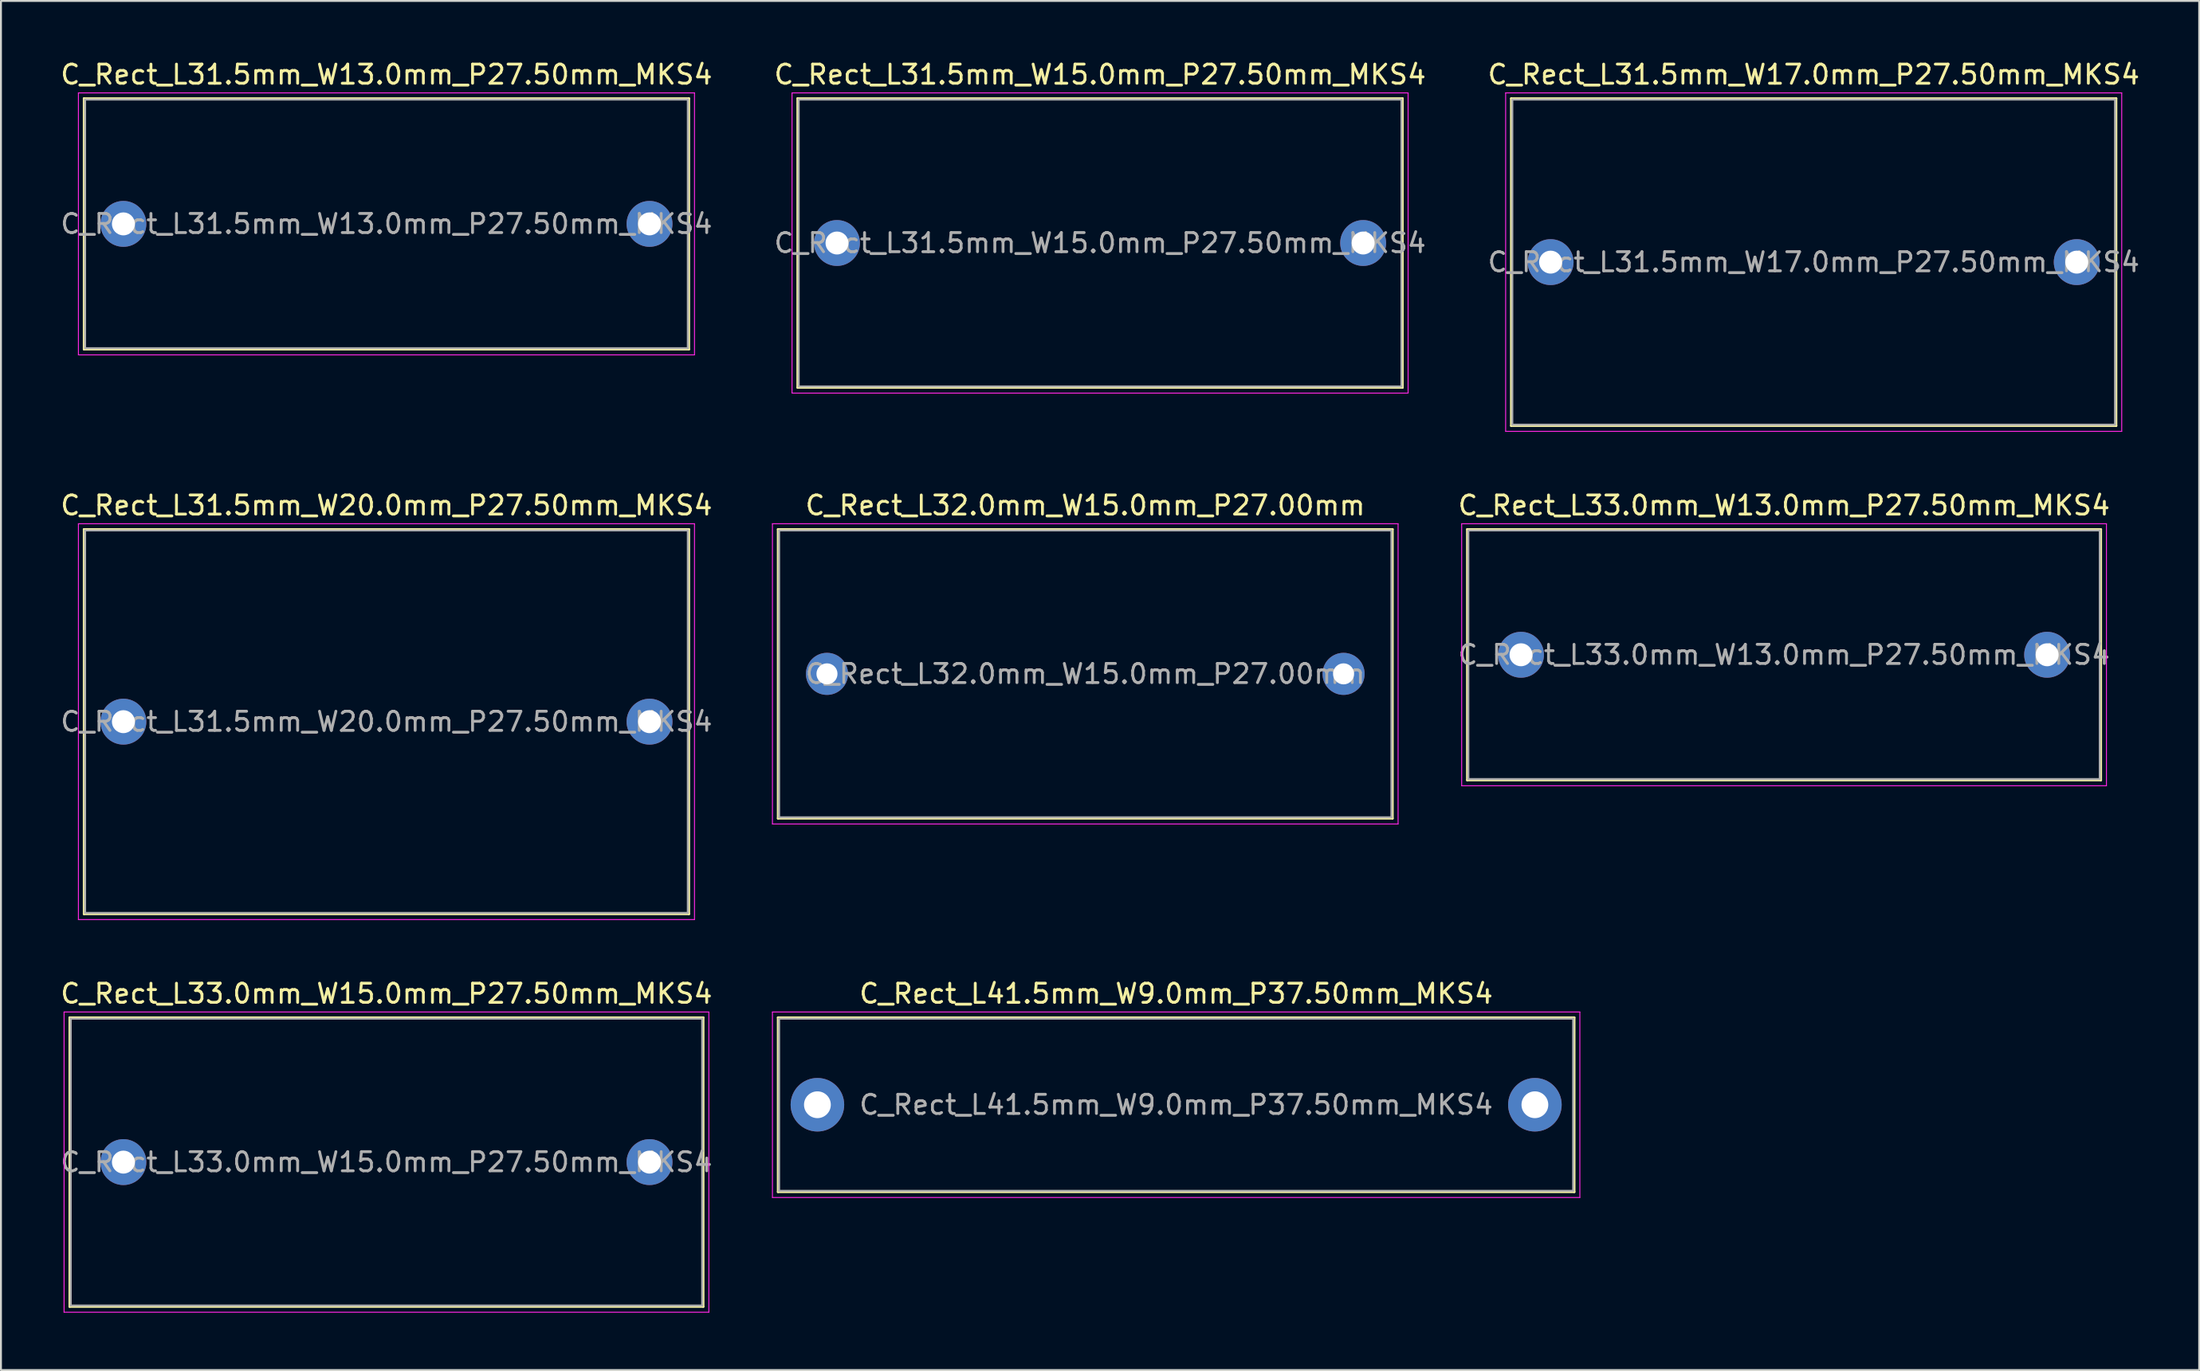
<source format=kicad_pcb>
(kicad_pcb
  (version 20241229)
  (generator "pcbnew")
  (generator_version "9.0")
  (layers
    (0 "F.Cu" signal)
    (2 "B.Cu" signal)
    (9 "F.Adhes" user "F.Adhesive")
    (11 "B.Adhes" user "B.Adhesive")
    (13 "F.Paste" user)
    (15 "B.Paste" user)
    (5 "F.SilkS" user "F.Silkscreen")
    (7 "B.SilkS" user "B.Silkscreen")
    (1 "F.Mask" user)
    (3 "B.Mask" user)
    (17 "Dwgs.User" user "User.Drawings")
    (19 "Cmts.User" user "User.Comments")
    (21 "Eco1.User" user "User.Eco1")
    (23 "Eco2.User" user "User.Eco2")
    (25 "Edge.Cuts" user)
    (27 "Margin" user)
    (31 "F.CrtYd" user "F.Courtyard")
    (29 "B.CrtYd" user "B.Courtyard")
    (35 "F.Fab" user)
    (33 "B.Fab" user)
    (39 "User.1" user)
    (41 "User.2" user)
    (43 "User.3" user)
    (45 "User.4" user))
  (footprint "C_Rect_L31.5mm_W17.0mm_P27.50mm_MKS4"
    (layer "F.Cu")
    (at 77.994 10.658)
    (property "Reference" "C_Rect_L31.5mm_W17.0mm_P27.50mm_MKS4" (at 13.75 -9.81 0) (layer "F.SilkS") (effects (font (size 1 1) (thickness 0.15))))
    (attr through_hole)
    (fp_line (start -2.06 -8.56) (end -2.06 8.56) (stroke (width 0.12) (type solid)) (layer "F.SilkS"))
    (fp_line (start -2.06 -8.56) (end 29.56 -8.56) (stroke (width 0.12) (type solid)) (layer "F.SilkS"))
    (fp_line (start -2.06 8.56) (end 29.56 8.56) (stroke (width 0.12) (type solid)) (layer "F.SilkS"))
    (fp_line (start 29.56 -8.56) (end 29.56 8.56) (stroke (width 0.12) (type solid)) (layer "F.SilkS"))
    (fp_line (start -2.35 -8.85) (end -2.35 8.85) (stroke (width 0.05) (type solid)) (layer "F.CrtYd"))
    (fp_line (start -2.35 8.85) (end 29.85 8.85) (stroke (width 0.05) (type solid)) (layer "F.CrtYd"))
    (fp_line (start 29.85 -8.85) (end -2.35 -8.85) (stroke (width 0.05) (type solid)) (layer "F.CrtYd"))
    (fp_line (start 29.85 8.85) (end 29.85 -8.85) (stroke (width 0.05) (type solid)) (layer "F.CrtYd"))
    (fp_line (start -2 -8.5) (end -2 8.5) (stroke (width 0.1) (type solid)) (layer "F.Fab"))
    (fp_line (start -2 8.5) (end 29.5 8.5) (stroke (width 0.1) (type solid)) (layer "F.Fab"))
    (fp_line (start 29.5 -8.5) (end -2 -8.5) (stroke (width 0.1) (type solid)) (layer "F.Fab"))
    (fp_line (start 29.5 8.5) (end 29.5 -8.5) (stroke (width 0.1) (type solid)) (layer "F.Fab"))
    (fp_text user "${REFERENCE}" (at 13.75 0 0) (layer "F.Fab") (effects (font (size 1 1) (thickness 0.15))))
    (pad "1" thru_hole circle (at 0 0) (size 2.4 2.4) (drill 1.2) (layers "*.Cu" "*.Mask"))
    (pad "2" thru_hole circle (at 27.5 0) (size 2.4 2.4) (drill 1.2) (layers "*.Cu" "*.Mask")))
  (footprint "C_Rect_L32.0mm_W15.0mm_P27.00mm"
    (layer "F.Cu")
    (at 40.173 32.191)
    (property "Reference" "C_Rect_L32.0mm_W15.0mm_P27.00mm" (at 13.5 -8.81 0) (layer "F.SilkS") (effects (font (size 1 1) (thickness 0.15))))
    (attr through_hole)
    (fp_line (start -2.56 -7.56) (end -2.56 7.56) (stroke (width 0.12) (type solid)) (layer "F.SilkS"))
    (fp_line (start -2.56 -7.56) (end 29.56 -7.56) (stroke (width 0.12) (type solid)) (layer "F.SilkS"))
    (fp_line (start -2.56 7.56) (end 29.56 7.56) (stroke (width 0.12) (type solid)) (layer "F.SilkS"))
    (fp_line (start 29.56 -7.56) (end 29.56 7.56) (stroke (width 0.12) (type solid)) (layer "F.SilkS"))
    (fp_line (start -2.85 -7.85) (end -2.85 7.85) (stroke (width 0.05) (type solid)) (layer "F.CrtYd"))
    (fp_line (start -2.85 7.85) (end 29.85 7.85) (stroke (width 0.05) (type solid)) (layer "F.CrtYd"))
    (fp_line (start 29.85 -7.85) (end -2.85 -7.85) (stroke (width 0.05) (type solid)) (layer "F.CrtYd"))
    (fp_line (start 29.85 7.85) (end 29.85 -7.85) (stroke (width 0.05) (type solid)) (layer "F.CrtYd"))
    (fp_line (start -2.5 -7.5) (end -2.5 7.5) (stroke (width 0.1) (type solid)) (layer "F.Fab"))
    (fp_line (start -2.5 7.5) (end 29.5 7.5) (stroke (width 0.1) (type solid)) (layer "F.Fab"))
    (fp_line (start 29.5 -7.5) (end -2.5 -7.5) (stroke (width 0.1) (type solid)) (layer "F.Fab"))
    (fp_line (start 29.5 7.5) (end 29.5 -7.5) (stroke (width 0.1) (type solid)) (layer "F.Fab"))
    (fp_text user "${REFERENCE}" (at 13.5 0 0) (layer "F.Fab") (effects (font (size 1 1) (thickness 0.15))))
    (pad "1" thru_hole circle (at 0 0) (size 2.2 2.2) (drill 1.1) (layers "*.Cu" "*.Mask"))
    (pad "2" thru_hole circle (at 27 0) (size 2.2 2.2) (drill 1.1) (layers "*.Cu" "*.Mask")))
  (footprint "C_Rect_L31.5mm_W13.0mm_P27.50mm_MKS4"
    (layer "F.Cu")
    (at 3.399 8.658)
    (property "Reference" "C_Rect_L31.5mm_W13.0mm_P27.50mm_MKS4" (at 13.75 -7.81 0) (layer "F.SilkS") (effects (font (size 1 1) (thickness 0.15))))
    (attr through_hole)
    (fp_line (start -2.06 -6.56) (end -2.06 6.56) (stroke (width 0.12) (type solid)) (layer "F.SilkS"))
    (fp_line (start -2.06 -6.56) (end 29.56 -6.56) (stroke (width 0.12) (type solid)) (layer "F.SilkS"))
    (fp_line (start -2.06 6.56) (end 29.56 6.56) (stroke (width 0.12) (type solid)) (layer "F.SilkS"))
    (fp_line (start 29.56 -6.56) (end 29.56 6.56) (stroke (width 0.12) (type solid)) (layer "F.SilkS"))
    (fp_line (start -2.35 -6.85) (end -2.35 6.85) (stroke (width 0.05) (type solid)) (layer "F.CrtYd"))
    (fp_line (start -2.35 6.85) (end 29.85 6.85) (stroke (width 0.05) (type solid)) (layer "F.CrtYd"))
    (fp_line (start 29.85 -6.85) (end -2.35 -6.85) (stroke (width 0.05) (type solid)) (layer "F.CrtYd"))
    (fp_line (start 29.85 6.85) (end 29.85 -6.85) (stroke (width 0.05) (type solid)) (layer "F.CrtYd"))
    (fp_line (start -2 -6.5) (end -2 6.5) (stroke (width 0.1) (type solid)) (layer "F.Fab"))
    (fp_line (start -2 6.5) (end 29.5 6.5) (stroke (width 0.1) (type solid)) (layer "F.Fab"))
    (fp_line (start 29.5 -6.5) (end -2 -6.5) (stroke (width 0.1) (type solid)) (layer "F.Fab"))
    (fp_line (start 29.5 6.5) (end 29.5 -6.5) (stroke (width 0.1) (type solid)) (layer "F.Fab"))
    (fp_text user "${REFERENCE}" (at 13.75 0 0) (layer "F.Fab") (effects (font (size 1 1) (thickness 0.15))))
    (pad "1" thru_hole circle (at 0 0) (size 2.4 2.4) (drill 1.2) (layers "*.Cu" "*.Mask"))
    (pad "2" thru_hole circle (at 27.5 0) (size 2.4 2.4) (drill 1.2) (layers "*.Cu" "*.Mask")))
  (footprint "C_Rect_L33.0mm_W13.0mm_P27.50mm_MKS4"
    (layer "F.Cu")
    (at 76.446 31.192)
    (property "Reference" "C_Rect_L33.0mm_W13.0mm_P27.50mm_MKS4" (at 13.75 -7.81 0) (layer "F.SilkS") (effects (font (size 1 1) (thickness 0.15))))
    (attr through_hole)
    (fp_line (start -2.81 -6.56) (end -2.81 6.56) (stroke (width 0.12) (type solid)) (layer "F.SilkS"))
    (fp_line (start -2.81 -6.56) (end 30.31 -6.56) (stroke (width 0.12) (type solid)) (layer "F.SilkS"))
    (fp_line (start -2.81 6.56) (end 30.31 6.56) (stroke (width 0.12) (type solid)) (layer "F.SilkS"))
    (fp_line (start 30.31 -6.56) (end 30.31 6.56) (stroke (width 0.12) (type solid)) (layer "F.SilkS"))
    (fp_line (start -3.1 -6.85) (end -3.1 6.85) (stroke (width 0.05) (type solid)) (layer "F.CrtYd"))
    (fp_line (start -3.1 6.85) (end 30.6 6.85) (stroke (width 0.05) (type solid)) (layer "F.CrtYd"))
    (fp_line (start 30.6 -6.85) (end -3.1 -6.85) (stroke (width 0.05) (type solid)) (layer "F.CrtYd"))
    (fp_line (start 30.6 6.85) (end 30.6 -6.85) (stroke (width 0.05) (type solid)) (layer "F.CrtYd"))
    (fp_line (start -2.75 -6.5) (end -2.75 6.5) (stroke (width 0.1) (type solid)) (layer "F.Fab"))
    (fp_line (start -2.75 6.5) (end 30.25 6.5) (stroke (width 0.1) (type solid)) (layer "F.Fab"))
    (fp_line (start 30.25 -6.5) (end -2.75 -6.5) (stroke (width 0.1) (type solid)) (layer "F.Fab"))
    (fp_line (start 30.25 6.5) (end 30.25 -6.5) (stroke (width 0.1) (type solid)) (layer "F.Fab"))
    (fp_text user "${REFERENCE}" (at 13.75 0 0) (layer "F.Fab") (effects (font (size 1 1) (thickness 0.15))))
    (pad "1" thru_hole circle (at 0 0) (size 2.4 2.4) (drill 1.2) (layers "*.Cu" "*.Mask"))
    (pad "2" thru_hole circle (at 27.5 0) (size 2.4 2.4) (drill 1.2) (layers "*.Cu" "*.Mask")))
  (footprint "C_Rect_L33.0mm_W15.0mm_P27.50mm_MKS4"
    (layer "F.Cu")
    (at 3.399 57.725)
    (property "Reference" "C_Rect_L33.0mm_W15.0mm_P27.50mm_MKS4" (at 13.75 -8.81 0) (layer "F.SilkS") (effects (font (size 1 1) (thickness 0.15))))
    (attr through_hole)
    (fp_line (start -2.81 -7.56) (end -2.81 7.56) (stroke (width 0.12) (type solid)) (layer "F.SilkS"))
    (fp_line (start -2.81 -7.56) (end 30.31 -7.56) (stroke (width 0.12) (type solid)) (layer "F.SilkS"))
    (fp_line (start -2.81 7.56) (end 30.31 7.56) (stroke (width 0.12) (type solid)) (layer "F.SilkS"))
    (fp_line (start 30.31 -7.56) (end 30.31 7.56) (stroke (width 0.12) (type solid)) (layer "F.SilkS"))
    (fp_line (start -3.1 -7.85) (end -3.1 7.85) (stroke (width 0.05) (type solid)) (layer "F.CrtYd"))
    (fp_line (start -3.1 7.85) (end 30.6 7.85) (stroke (width 0.05) (type solid)) (layer "F.CrtYd"))
    (fp_line (start 30.6 -7.85) (end -3.1 -7.85) (stroke (width 0.05) (type solid)) (layer "F.CrtYd"))
    (fp_line (start 30.6 7.85) (end 30.6 -7.85) (stroke (width 0.05) (type solid)) (layer "F.CrtYd"))
    (fp_line (start -2.75 -7.5) (end -2.75 7.5) (stroke (width 0.1) (type solid)) (layer "F.Fab"))
    (fp_line (start -2.75 7.5) (end 30.25 7.5) (stroke (width 0.1) (type solid)) (layer "F.Fab"))
    (fp_line (start 30.25 -7.5) (end -2.75 -7.5) (stroke (width 0.1) (type solid)) (layer "F.Fab"))
    (fp_line (start 30.25 7.5) (end 30.25 -7.5) (stroke (width 0.1) (type solid)) (layer "F.Fab"))
    (fp_text user "${REFERENCE}" (at 13.75 0 0) (layer "F.Fab") (effects (font (size 1 1) (thickness 0.15))))
    (pad "1" thru_hole circle (at 0 0) (size 2.4 2.4) (drill 1.2) (layers "*.Cu" "*.Mask"))
    (pad "2" thru_hole circle (at 27.5 0) (size 2.4 2.4) (drill 1.2) (layers "*.Cu" "*.Mask")))
  (footprint "C_Rect_L31.5mm_W15.0mm_P27.50mm_MKS4"
    (layer "F.Cu")
    (at 40.696 9.658)
    (property "Reference" "C_Rect_L31.5mm_W15.0mm_P27.50mm_MKS4" (at 13.75 -8.81 0) (layer "F.SilkS") (effects (font (size 1 1) (thickness 0.15))))
    (attr through_hole)
    (fp_line (start -2.06 -7.56) (end -2.06 7.56) (stroke (width 0.12) (type solid)) (layer "F.SilkS"))
    (fp_line (start -2.06 -7.56) (end 29.56 -7.56) (stroke (width 0.12) (type solid)) (layer "F.SilkS"))
    (fp_line (start -2.06 7.56) (end 29.56 7.56) (stroke (width 0.12) (type solid)) (layer "F.SilkS"))
    (fp_line (start 29.56 -7.56) (end 29.56 7.56) (stroke (width 0.12) (type solid)) (layer "F.SilkS"))
    (fp_line (start -2.35 -7.85) (end -2.35 7.85) (stroke (width 0.05) (type solid)) (layer "F.CrtYd"))
    (fp_line (start -2.35 7.85) (end 29.85 7.85) (stroke (width 0.05) (type solid)) (layer "F.CrtYd"))
    (fp_line (start 29.85 -7.85) (end -2.35 -7.85) (stroke (width 0.05) (type solid)) (layer "F.CrtYd"))
    (fp_line (start 29.85 7.85) (end 29.85 -7.85) (stroke (width 0.05) (type solid)) (layer "F.CrtYd"))
    (fp_line (start -2 -7.5) (end -2 7.5) (stroke (width 0.1) (type solid)) (layer "F.Fab"))
    (fp_line (start -2 7.5) (end 29.5 7.5) (stroke (width 0.1) (type solid)) (layer "F.Fab"))
    (fp_line (start 29.5 -7.5) (end -2 -7.5) (stroke (width 0.1) (type solid)) (layer "F.Fab"))
    (fp_line (start 29.5 7.5) (end 29.5 -7.5) (stroke (width 0.1) (type solid)) (layer "F.Fab"))
    (fp_text user "${REFERENCE}" (at 13.75 0 0) (layer "F.Fab") (effects (font (size 1 1) (thickness 0.15))))
    (pad "1" thru_hole circle (at 0 0) (size 2.4 2.4) (drill 1.2) (layers "*.Cu" "*.Mask"))
    (pad "2" thru_hole circle (at 27.5 0) (size 2.4 2.4) (drill 1.2) (layers "*.Cu" "*.Mask")))
  (footprint "C_Rect_L31.5mm_W20.0mm_P27.50mm_MKS4"
    (layer "F.Cu")
    (at 3.399 34.691)
    (property "Reference" "C_Rect_L31.5mm_W20.0mm_P27.50mm_MKS4" (at 13.75 -11.31 0) (layer "F.SilkS") (effects (font (size 1 1) (thickness 0.15))))
    (attr through_hole)
    (fp_line (start -2.06 -10.06) (end -2.06 10.06) (stroke (width 0.12) (type solid)) (layer "F.SilkS"))
    (fp_line (start -2.06 -10.06) (end 29.56 -10.06) (stroke (width 0.12) (type solid)) (layer "F.SilkS"))
    (fp_line (start -2.06 10.06) (end 29.56 10.06) (stroke (width 0.12) (type solid)) (layer "F.SilkS"))
    (fp_line (start 29.56 -10.06) (end 29.56 10.06) (stroke (width 0.12) (type solid)) (layer "F.SilkS"))
    (fp_line (start -2.35 -10.35) (end -2.35 10.35) (stroke (width 0.05) (type solid)) (layer "F.CrtYd"))
    (fp_line (start -2.35 10.35) (end 29.85 10.35) (stroke (width 0.05) (type solid)) (layer "F.CrtYd"))
    (fp_line (start 29.85 -10.35) (end -2.35 -10.35) (stroke (width 0.05) (type solid)) (layer "F.CrtYd"))
    (fp_line (start 29.85 10.35) (end 29.85 -10.35) (stroke (width 0.05) (type solid)) (layer "F.CrtYd"))
    (fp_line (start -2 -10) (end -2 10) (stroke (width 0.1) (type solid)) (layer "F.Fab"))
    (fp_line (start -2 10) (end 29.5 10) (stroke (width 0.1) (type solid)) (layer "F.Fab"))
    (fp_line (start 29.5 -10) (end -2 -10) (stroke (width 0.1) (type solid)) (layer "F.Fab"))
    (fp_line (start 29.5 10) (end 29.5 -10) (stroke (width 0.1) (type solid)) (layer "F.Fab"))
    (fp_text user "${REFERENCE}" (at 13.75 0 0) (layer "F.Fab") (effects (font (size 1 1) (thickness 0.15))))
    (pad "1" thru_hole circle (at 0 0) (size 2.4 2.4) (drill 1.2) (layers "*.Cu" "*.Mask"))
    (pad "2" thru_hole circle (at 27.5 0) (size 2.4 2.4) (drill 1.2) (layers "*.Cu" "*.Mask")))
  (footprint "C_Rect_L41.5mm_W9.0mm_P37.50mm_MKS4"
    (layer "F.Cu")
    (at 39.673 54.725)
    (property "Reference" "C_Rect_L41.5mm_W9.0mm_P37.50mm_MKS4" (at 18.75 -5.81 0) (layer "F.SilkS") (effects (font (size 1 1) (thickness 0.15))))
    (attr through_hole)
    (fp_line (start -2.06 -4.56) (end -2.06 4.56) (stroke (width 0.12) (type solid)) (layer "F.SilkS"))
    (fp_line (start -2.06 -4.56) (end 39.56 -4.56) (stroke (width 0.12) (type solid)) (layer "F.SilkS"))
    (fp_line (start -2.06 4.56) (end 39.56 4.56) (stroke (width 0.12) (type solid)) (layer "F.SilkS"))
    (fp_line (start 39.56 -4.56) (end 39.56 4.56) (stroke (width 0.12) (type solid)) (layer "F.SilkS"))
    (fp_line (start -2.35 -4.85) (end -2.35 4.85) (stroke (width 0.05) (type solid)) (layer "F.CrtYd"))
    (fp_line (start -2.35 4.85) (end 39.85 4.85) (stroke (width 0.05) (type solid)) (layer "F.CrtYd"))
    (fp_line (start 39.85 -4.85) (end -2.35 -4.85) (stroke (width 0.05) (type solid)) (layer "F.CrtYd"))
    (fp_line (start 39.85 4.85) (end 39.85 -4.85) (stroke (width 0.05) (type solid)) (layer "F.CrtYd"))
    (fp_line (start -2 -4.5) (end -2 4.5) (stroke (width 0.1) (type solid)) (layer "F.Fab"))
    (fp_line (start -2 4.5) (end 39.5 4.5) (stroke (width 0.1) (type solid)) (layer "F.Fab"))
    (fp_line (start 39.5 -4.5) (end -2 -4.5) (stroke (width 0.1) (type solid)) (layer "F.Fab"))
    (fp_line (start 39.5 4.5) (end 39.5 -4.5) (stroke (width 0.1) (type solid)) (layer "F.Fab"))
    (fp_text user "${REFERENCE}" (at 18.75 0 0) (layer "F.Fab") (effects (font (size 1 1) (thickness 0.15))))
    (pad "1" thru_hole circle (at 0 0) (size 2.8 2.8) (drill 1.4) (layers "*.Cu" "*.Mask"))
    (pad "2" thru_hole circle (at 37.5 0) (size 2.8 2.8) (drill 1.4) (layers "*.Cu" "*.Mask")))
  (gr_rect
    (start -3 -3)
    (end 111.893 68.6)
    (stroke (width 0.1) (type default))
    (fill no)
    (layer "Edge.Cuts")))
</source>
